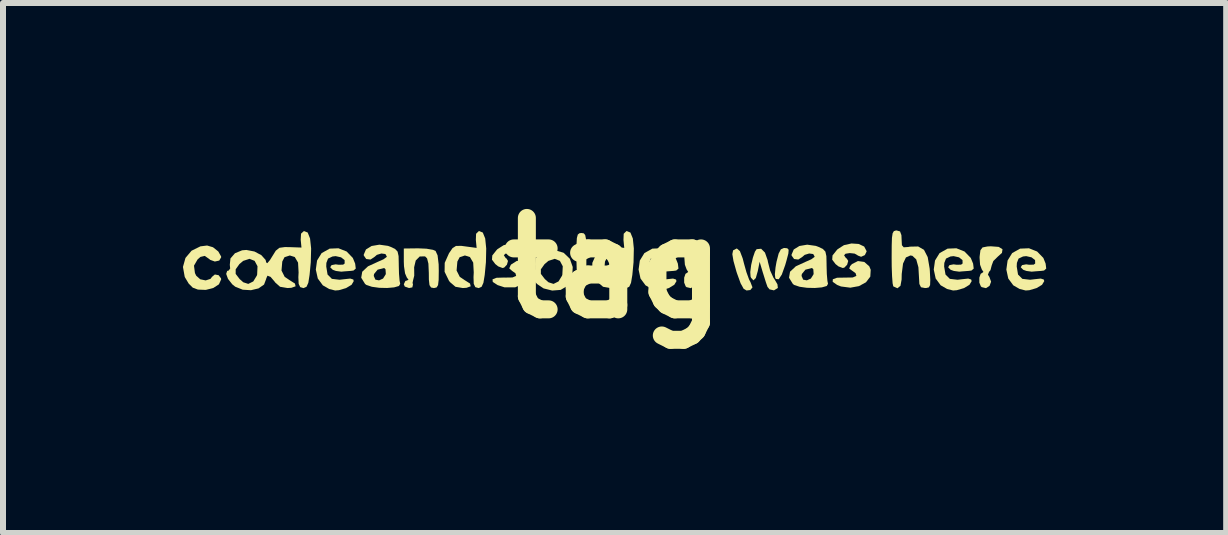
<source format=kicad_pcb>
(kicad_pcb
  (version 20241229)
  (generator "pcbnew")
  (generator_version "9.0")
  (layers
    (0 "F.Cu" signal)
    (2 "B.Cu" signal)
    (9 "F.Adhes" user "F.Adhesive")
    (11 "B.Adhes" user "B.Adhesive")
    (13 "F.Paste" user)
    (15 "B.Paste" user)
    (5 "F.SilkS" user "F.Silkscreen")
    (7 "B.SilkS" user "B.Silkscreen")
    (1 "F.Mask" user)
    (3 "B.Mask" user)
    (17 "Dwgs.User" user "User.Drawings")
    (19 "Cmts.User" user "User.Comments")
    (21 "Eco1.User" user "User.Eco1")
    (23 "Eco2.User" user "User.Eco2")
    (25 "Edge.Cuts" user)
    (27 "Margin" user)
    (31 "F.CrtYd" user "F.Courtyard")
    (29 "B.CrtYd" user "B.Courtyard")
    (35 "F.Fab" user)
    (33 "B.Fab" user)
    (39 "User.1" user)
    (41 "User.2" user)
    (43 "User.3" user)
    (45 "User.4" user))
  (footprint "tag"
    (layer "F.Cu")
    (at 7.185 1.418)
    (property "Reference" "tag" (at 0 0 0) (layer "F.SilkS") (effects (font (size 1.524 1.524) (thickness 0.3))))
    (attr board_only exclude_from_pos_files exclude_from_bom)
    (fp_poly (pts (xy -0.494 0.293) (xy -0.504 0.341) (xy -0.561 0.368) (xy -0.617 0.348) (xy -0.626 0.313) (xy -0.596 0.26) (xy -0.553 0.258)) (stroke (width 0) (type solid)) (fill yes) (layer "F.SilkS"))
    (fp_poly (pts (xy 2.89 -0.329) (xy 2.913 -0.304) (xy 2.908 -0.242) (xy 2.877 -0.124) (xy 2.856 -0.051) (xy 2.799 0.109) (xy 2.748 0.187) (xy 2.703 0.183) (xy 2.69 0.167) (xy 2.683 0.105) (xy 2.694 -0.009) (xy 2.711 -0.105) (xy 2.746 -0.241) (xy 2.783 -0.311) (xy 2.832 -0.333) (xy 2.839 -0.334)) (stroke (width 0) (type solid)) (fill yes) (layer "F.SilkS"))
    (fp_poly (pts (xy 2.1 -0.282) (xy 2.146 -0.162) (xy 2.169 -0.073) (xy 2.209 0.07) (xy 2.253 0.191) (xy 2.276 0.235) (xy 2.31 0.323) (xy 2.274 0.367) (xy 2.211 0.375) (xy 2.163 0.347) (xy 2.112 0.255) (xy 2.053 0.092) (xy 2.043 0.062) (xy 1.993 -0.117) (xy 1.974 -0.231) (xy 1.986 -0.291) (xy 1.991 -0.297) (xy 2.049 -0.326)) (stroke (width 0) (type solid)) (fill yes) (layer "F.SilkS"))
    (fp_poly (pts (xy -0.503 -0.578) (xy -0.479 -0.55) (xy -0.466 -0.484) (xy -0.46 -0.364) (xy -0.459 -0.188) (xy -0.46 -0.018) (xy -0.463 0.114) (xy -0.467 0.191) (xy -0.469 0.204) (xy -0.513 0.191) (xy -0.553 0.18) (xy -0.588 0.16) (xy -0.61 0.111) (xy -0.621 0.017) (xy -0.625 -0.138) (xy -0.626 -0.212) (xy -0.624 -0.389) (xy -0.618 -0.499) (xy -0.602 -0.558) (xy -0.574 -0.58) (xy -0.542 -0.584)) (stroke (width 0) (type solid)) (fill yes) (layer "F.SilkS"))
    (fp_poly (pts (xy 4.174 -0.101) (xy 4.257 -0.028) (xy 4.281 0.029) (xy 4.274 0.144) (xy 4.202 0.238) (xy 4.085 0.302) (xy 3.941 0.328) (xy 3.786 0.308) (xy 3.721 0.282) (xy 3.647 0.23) (xy 3.649 0.188) (xy 3.72 0.162) (xy 3.852 0.16) (xy 3.981 0.158) (xy 4.042 0.132) (xy 4.029 0.087) (xy 3.973 0.046) (xy 3.923 0.009) (xy 3.938 -0.032) (xy 3.969 -0.066) (xy 4.068 -0.116)) (stroke (width 0) (type solid)) (fill yes) (layer "F.SilkS"))
    (fp_poly (pts (xy -1.593 -0.401) (xy -1.5 -0.358) (xy -1.46 -0.282) (xy -1.46 -0.274) (xy -1.489 -0.215) (xy -1.551 -0.187) (xy -1.605 -0.207) (xy -1.607 -0.21) (xy -1.659 -0.24) (xy -1.74 -0.249) (xy -1.811 -0.238) (xy -1.835 -0.212) (xy -1.803 -0.164) (xy -1.791 -0.159) (xy -1.766 -0.118) (xy -1.784 -0.055) (xy -1.83 -0.007) (xy -1.857 0) (xy -1.929 -0.027) (xy -1.978 -0.066) (xy -2.033 -0.139) (xy -2.028 -0.209) (xy -1.958 -0.297) (xy -1.941 -0.315) (xy -1.837 -0.381) (xy -1.713 -0.409)) (stroke (width 0) (type solid)) (fill yes) (layer "F.SilkS"))
    (fp_poly (pts (xy 4.08 -0.401) (xy 4.172 -0.358) (xy 4.212 -0.282) (xy 4.212 -0.274) (xy 4.183 -0.215) (xy 4.121 -0.187) (xy 4.068 -0.207) (xy 4.065 -0.21) (xy 4.013 -0.24) (xy 3.932 -0.249) (xy 3.861 -0.238) (xy 3.837 -0.212) (xy 3.869 -0.164) (xy 3.881 -0.159) (xy 3.906 -0.118) (xy 3.888 -0.055) (xy 3.842 -0.007) (xy 3.815 0) (xy 3.743 -0.027) (xy 3.694 -0.066) (xy 3.639 -0.139) (xy 3.644 -0.209) (xy 3.714 -0.297) (xy 3.731 -0.315) (xy 3.835 -0.381) (xy 3.96 -0.409)) (stroke (width 0) (type solid)) (fill yes) (layer "F.SilkS"))
    (fp_poly (pts (xy 2.518 -0.257) (xy 2.562 -0.132) (xy 2.568 -0.1) (xy 2.604 0.041) (xy 2.66 0.163) (xy 2.677 0.188) (xy 2.726 0.272) (xy 2.733 0.332) (xy 2.732 0.333) (xy 2.668 0.373) (xy 2.594 0.356) (xy 2.56 0.314) (xy 2.533 0.237) (xy 2.496 0.118) (xy 2.482 0.074) (xy 2.429 -0.104) (xy 2.398 0.052) (xy 2.365 0.168) (xy 2.326 0.206) (xy 2.287 0.164) (xy 2.278 0.143) (xy 2.273 0.067) (xy 2.288 -0.05) (xy 2.317 -0.174) (xy 2.351 -0.273) (xy 2.379 -0.314) (xy 2.454 -0.321)) (stroke (width 0) (type solid)) (fill yes) (layer "F.SilkS"))
    (fp_poly (pts (xy 1.493 -0.352) (xy 1.557 -0.313) (xy 1.548 -0.252) (xy 1.478 -0.19) (xy 1.404 -0.116) (xy 1.376 -0.043) (xy 1.356 0.037) (xy 1.333 0.064) (xy 1.314 0.111) (xy 1.337 0.149) (xy 1.366 0.228) (xy 1.341 0.298) (xy 1.282 0.336) (xy 1.21 0.319) (xy 1.196 0.306) (xy 1.171 0.244) (xy 1.171 0.161) (xy 1.193 0.097) (xy 1.215 0.083) (xy 1.238 0.065) (xy 1.212 0.024) (xy 1.183 -0.055) (xy 1.174 -0.172) (xy 1.176 -0.195) (xy 1.189 -0.296) (xy 1.223 -0.343) (xy 1.304 -0.359) (xy 1.362 -0.362)) (stroke (width 0) (type solid)) (fill yes) (layer "F.SilkS"))
    (fp_poly (pts (xy 6.415 -0.352) (xy 6.478 -0.313) (xy 6.469 -0.252) (xy 6.4 -0.19) (xy 6.325 -0.116) (xy 6.298 -0.043) (xy 6.277 0.037) (xy 6.254 0.064) (xy 6.235 0.111) (xy 6.259 0.149) (xy 6.288 0.228) (xy 6.262 0.298) (xy 6.203 0.336) (xy 6.132 0.319) (xy 6.117 0.306) (xy 6.092 0.244) (xy 6.092 0.161) (xy 6.114 0.097) (xy 6.136 0.083) (xy 6.16 0.065) (xy 6.133 0.024) (xy 6.104 -0.055) (xy 6.096 -0.172) (xy 6.097 -0.195) (xy 6.11 -0.296) (xy 6.145 -0.343) (xy 6.226 -0.359) (xy 6.284 -0.362)) (stroke (width 0) (type solid)) (fill yes) (layer "F.SilkS"))
    (fp_poly (pts (xy -6.684 -0.346) (xy -6.596 -0.276) (xy -6.549 -0.193) (xy -6.548 -0.178) (xy -6.58 -0.124) (xy -6.653 -0.108) (xy -6.731 -0.136) (xy -6.742 -0.146) (xy -6.821 -0.202) (xy -6.893 -0.185) (xy -6.941 -0.143) (xy -7.001 -0.039) (xy -6.985 0.084) (xy -6.964 0.128) (xy -6.897 0.188) (xy -6.806 0.207) (xy -6.726 0.181) (xy -6.7 0.147) (xy -6.653 0.108) (xy -6.59 0.12) (xy -6.55 0.173) (xy -6.548 0.19) (xy -6.585 0.272) (xy -6.679 0.333) (xy -6.804 0.365) (xy -6.935 0.36) (xy -7.021 0.328) (xy -7.089 0.26) (xy -7.152 0.155) (xy -7.156 0.145) (xy -7.185 -0.018) (xy -7.143 -0.168) (xy -7.042 -0.288) (xy -6.894 -0.361) (xy -6.782 -0.375)) (stroke (width 0) (type solid)) (fill yes) (layer "F.SilkS"))
    (fp_poly (pts (xy -3.126 -0.322) (xy -3.016 -0.303) (xy -2.974 -0.285) (xy -2.94 -0.211) (xy -2.922 -0.061) (xy -2.92 0.047) (xy -2.922 0.199) (xy -2.932 0.285) (xy -2.956 0.324) (xy -2.999 0.334) (xy -3.003 0.334) (xy -3.049 0.325) (xy -3.075 0.285) (xy -3.085 0.195) (xy -3.086 0.082) (xy -3.093 -0.073) (xy -3.115 -0.16) (xy -3.149 -0.194) (xy -3.238 -0.192) (xy -3.304 -0.125) (xy -3.331 -0.012) (xy -3.33 0.026) (xy -3.329 0.127) (xy -3.344 0.188) (xy -3.345 0.19) (xy -3.357 0.247) (xy -3.35 0.275) (xy -3.361 0.323) (xy -3.416 0.334) (xy -3.487 0.309) (xy -3.503 0.271) (xy -3.477 0.216) (xy -3.453 0.209) (xy -3.424 0.196) (xy -3.453 0.158) (xy -3.482 0.09) (xy -3.5 -0.029) (xy -3.503 -0.108) (xy -3.503 -0.325) (xy -3.266 -0.328)) (stroke (width 0) (type solid)) (fill yes) (layer "F.SilkS"))
    (fp_poly (pts (xy -2.186 -0.591) (xy -2.146 -0.492) (xy -2.129 -0.325) (xy -2.134 -0.096) (xy -2.154 0.115) (xy -2.176 0.247) (xy -2.206 0.313) (xy -2.252 0.334) (xy -2.258 0.334) (xy -2.311 0.319) (xy -2.337 0.264) (xy -2.341 0.152) (xy -2.337 0.074) (xy -2.346 -0.09) (xy -2.401 -0.183) (xy -2.484 -0.209) (xy -2.572 -0.18) (xy -2.61 -0.108) (xy -2.623 0.042) (xy -2.57 0.147) (xy -2.492 0.2) (xy -2.399 0.259) (xy -2.388 0.305) (xy -2.457 0.33) (xy -2.52 0.334) (xy -2.642 0.313) (xy -2.732 0.236) (xy -2.75 0.213) (xy -2.823 0.063) (xy -2.821 -0.086) (xy -2.75 -0.245) (xy -2.691 -0.331) (xy -2.633 -0.368) (xy -2.543 -0.369) (xy -2.476 -0.36) (xy -2.289 -0.335) (xy -2.302 -0.468) (xy -2.298 -0.571) (xy -2.254 -0.614) (xy -2.247 -0.616)) (stroke (width 0) (type solid)) (fill yes) (layer "F.SilkS"))
    (fp_poly (pts (xy 0.275 -0.591) (xy 0.315 -0.492) (xy 0.332 -0.325) (xy 0.327 -0.096) (xy 0.307 0.115) (xy 0.285 0.247) (xy 0.255 0.313) (xy 0.209 0.334) (xy 0.203 0.334) (xy 0.15 0.319) (xy 0.124 0.264) (xy 0.12 0.152) (xy 0.124 0.074) (xy 0.114 -0.09) (xy 0.06 -0.183) (xy -0.023 -0.209) (xy -0.111 -0.18) (xy -0.149 -0.108) (xy -0.162 0.042) (xy -0.109 0.147) (xy -0.031 0.2) (xy 0.062 0.259) (xy 0.073 0.305) (xy 0.004 0.33) (xy -0.06 0.334) (xy -0.181 0.313) (xy -0.271 0.236) (xy -0.289 0.213) (xy -0.362 0.063) (xy -0.36 -0.086) (xy -0.289 -0.245) (xy -0.23 -0.331) (xy -0.173 -0.368) (xy -0.083 -0.369) (xy -0.016 -0.36) (xy 0.172 -0.335) (xy 0.159 -0.468) (xy 0.163 -0.571) (xy 0.207 -0.614) (xy 0.214 -0.616)) (stroke (width 0) (type solid)) (fill yes) (layer "F.SilkS"))
    (fp_poly (pts (xy 4.77 -0.61) (xy 4.793 -0.547) (xy 4.796 -0.478) (xy 4.801 -0.38) (xy 4.831 -0.345) (xy 4.911 -0.351) (xy 4.934 -0.356) (xy 5.072 -0.359) (xy 5.169 -0.303) (xy 5.231 -0.182) (xy 5.264 0.011) (xy 5.267 0.052) (xy 5.274 0.201) (xy 5.271 0.285) (xy 5.25 0.323) (xy 5.208 0.333) (xy 5.186 0.334) (xy 5.119 0.321) (xy 5.092 0.266) (xy 5.088 0.193) (xy 5.076 -0.013) (xy 5.04 -0.143) (xy 4.976 -0.203) (xy 4.942 -0.209) (xy 4.868 -0.176) (xy 4.82 -0.074) (xy 4.798 0.1) (xy 4.796 0.193) (xy 4.777 0.297) (xy 4.727 0.338) (xy 4.659 0.307) (xy 4.657 0.306) (xy 4.646 0.255) (xy 4.637 0.139) (xy 4.631 -0.023) (xy 4.63 -0.174) (xy 4.631 -0.373) (xy 4.635 -0.503) (xy 4.646 -0.579) (xy 4.667 -0.615) (xy 4.699 -0.625) (xy 4.713 -0.626)) (stroke (width 0) (type solid)) (fill yes) (layer "F.SilkS"))
    (fp_poly (pts (xy -4.456 -0.275) (xy -4.353 -0.168) (xy -4.314 -0.073) (xy -4.304 0.01) (xy -4.341 0.042) (xy -4.385 0.048) (xy -4.491 0.056) (xy -4.546 0.061) (xy -4.635 0.049) (xy -4.687 0.03) (xy -4.73 -0.012) (xy -4.708 -0.048) (xy -4.639 -0.061) (xy -4.588 -0.054) (xy -4.514 -0.056) (xy -4.489 -0.075) (xy -4.49 -0.132) (xy -4.549 -0.178) (xy -4.639 -0.198) (xy -4.692 -0.192) (xy -4.766 -0.157) (xy -4.794 -0.085) (xy -4.796 -0.025) (xy -4.774 0.109) (xy -4.702 0.181) (xy -4.573 0.196) (xy -4.506 0.188) (xy -4.395 0.176) (xy -4.345 0.192) (xy -4.338 0.219) (xy -4.374 0.28) (xy -4.466 0.335) (xy -4.585 0.37) (xy -4.647 0.375) (xy -4.747 0.35) (xy -4.853 0.289) (xy -4.853 0.289) (xy -4.937 0.175) (xy -4.97 0.026) (xy -4.949 -0.125) (xy -4.874 -0.247) (xy -4.872 -0.249) (xy -4.739 -0.323) (xy -4.593 -0.329)) (stroke (width 0) (type solid)) (fill yes) (layer "F.SilkS"))
    (fp_poly (pts (xy 0.924 -0.275) (xy 1.028 -0.168) (xy 1.066 -0.073) (xy 1.076 0.01) (xy 1.039 0.042) (xy 0.995 0.048) (xy 0.889 0.056) (xy 0.834 0.061) (xy 0.746 0.049) (xy 0.693 0.03) (xy 0.651 -0.012) (xy 0.673 -0.048) (xy 0.741 -0.061) (xy 0.792 -0.054) (xy 0.867 -0.056) (xy 0.892 -0.075) (xy 0.89 -0.132) (xy 0.831 -0.178) (xy 0.742 -0.198) (xy 0.689 -0.192) (xy 0.615 -0.157) (xy 0.587 -0.085) (xy 0.584 -0.025) (xy 0.606 0.109) (xy 0.678 0.181) (xy 0.807 0.196) (xy 0.874 0.188) (xy 0.985 0.176) (xy 1.035 0.192) (xy 1.043 0.219) (xy 1.006 0.28) (xy 0.914 0.335) (xy 0.796 0.37) (xy 0.734 0.375) (xy 0.633 0.35) (xy 0.527 0.289) (xy 0.527 0.289) (xy 0.443 0.175) (xy 0.411 0.026) (xy 0.432 -0.125) (xy 0.507 -0.247) (xy 0.508 -0.249) (xy 0.641 -0.323) (xy 0.787 -0.329)) (stroke (width 0) (type solid)) (fill yes) (layer "F.SilkS"))
    (fp_poly (pts (xy 5.845 -0.275) (xy 5.949 -0.168) (xy 5.988 -0.073) (xy 5.998 0.01) (xy 5.961 0.042) (xy 5.917 0.048) (xy 5.811 0.056) (xy 5.756 0.061) (xy 5.667 0.049) (xy 5.614 0.03) (xy 5.572 -0.012) (xy 5.594 -0.048) (xy 5.662 -0.061) (xy 5.714 -0.054) (xy 5.788 -0.056) (xy 5.813 -0.075) (xy 5.811 -0.132) (xy 5.753 -0.178) (xy 5.663 -0.198) (xy 5.61 -0.192) (xy 5.536 -0.157) (xy 5.508 -0.085) (xy 5.505 -0.025) (xy 5.528 0.109) (xy 5.6 0.181) (xy 5.729 0.196) (xy 5.796 0.188) (xy 5.907 0.176) (xy 5.956 0.192) (xy 5.964 0.219) (xy 5.927 0.28) (xy 5.836 0.335) (xy 5.717 0.37) (xy 5.655 0.375) (xy 5.555 0.35) (xy 5.449 0.289) (xy 5.448 0.289) (xy 5.364 0.175) (xy 5.332 0.026) (xy 5.353 -0.125) (xy 5.428 -0.247) (xy 5.43 -0.249) (xy 5.563 -0.323) (xy 5.709 -0.329)) (stroke (width 0) (type solid)) (fill yes) (layer "F.SilkS"))
    (fp_poly (pts (xy 7.055 -0.275) (xy 7.159 -0.168) (xy 7.197 -0.073) (xy 7.207 0.01) (xy 7.171 0.042) (xy 7.126 0.048) (xy 7.02 0.056) (xy 6.965 0.061) (xy 6.877 0.049) (xy 6.824 0.03) (xy 6.782 -0.012) (xy 6.804 -0.048) (xy 6.872 -0.061) (xy 6.923 -0.054) (xy 6.998 -0.056) (xy 7.023 -0.075) (xy 7.021 -0.132) (xy 6.962 -0.178) (xy 6.873 -0.198) (xy 6.82 -0.192) (xy 6.746 -0.157) (xy 6.718 -0.085) (xy 6.715 -0.025) (xy 6.737 0.109) (xy 6.809 0.181) (xy 6.939 0.196) (xy 7.005 0.188) (xy 7.116 0.176) (xy 7.166 0.192) (xy 7.174 0.219) (xy 7.137 0.28) (xy 7.045 0.335) (xy 6.927 0.37) (xy 6.865 0.375) (xy 6.764 0.35) (xy 6.658 0.289) (xy 6.658 0.289) (xy 6.574 0.175) (xy 6.542 0.026) (xy 6.563 -0.125) (xy 6.638 -0.247) (xy 6.639 -0.249) (xy 6.772 -0.323) (xy 6.919 -0.329)) (stroke (width 0) (type solid)) (fill yes) (layer "F.SilkS"))
    (fp_poly (pts (xy -3.767 -0.369) (xy -3.726 -0.354) (xy -3.649 -0.318) (xy -3.607 -0.274) (xy -3.59 -0.198) (xy -3.587 -0.067) (xy -3.587 -0.047) (xy -3.583 0.098) (xy -3.573 0.214) (xy -3.563 0.264) (xy -3.584 0.3) (xy -3.665 0.323) (xy -3.782 0.333) (xy -3.913 0.33) (xy -4.035 0.313) (xy -4.126 0.283) (xy -4.148 0.267) (xy -4.213 0.162) (xy -4.208 0.132) (xy -4.004 0.132) (xy -3.977 0.194) (xy -3.916 0.206) (xy -3.849 0.176) (xy -3.806 0.108) (xy -3.803 0.094) (xy -3.808 0.021) (xy -3.831 0) (xy -3.94 0.028) (xy -3.999 0.1) (xy -4.004 0.132) (xy -4.208 0.132) (xy -4.196 0.062) (xy -4.1 -0.028) (xy -3.939 -0.102) (xy -3.842 -0.145) (xy -3.789 -0.184) (xy -3.786 -0.191) (xy -3.81 -0.233) (xy -3.877 -0.242) (xy -3.952 -0.219) (xy -3.989 -0.187) (xy -4.058 -0.141) (xy -4.13 -0.15) (xy -4.17 -0.208) (xy -4.171 -0.223) (xy -4.134 -0.309) (xy -4.04 -0.367) (xy -3.91 -0.389)) (stroke (width 0) (type solid)) (fill yes) (layer "F.SilkS"))
    (fp_poly (pts (xy 3.365 -0.369) (xy 3.406 -0.354) (xy 3.483 -0.318) (xy 3.525 -0.274) (xy 3.542 -0.198) (xy 3.545 -0.067) (xy 3.545 -0.047) (xy 3.549 0.098) (xy 3.559 0.214) (xy 3.569 0.264) (xy 3.548 0.3) (xy 3.467 0.323) (xy 3.35 0.333) (xy 3.219 0.33) (xy 3.097 0.313) (xy 3.006 0.283) (xy 2.984 0.267) (xy 2.919 0.162) (xy 2.924 0.132) (xy 3.128 0.132) (xy 3.155 0.194) (xy 3.216 0.206) (xy 3.283 0.176) (xy 3.326 0.108) (xy 3.329 0.094) (xy 3.324 0.021) (xy 3.301 0) (xy 3.192 0.028) (xy 3.133 0.1) (xy 3.128 0.132) (xy 2.924 0.132) (xy 2.936 0.062) (xy 3.032 -0.028) (xy 3.193 -0.102) (xy 3.29 -0.145) (xy 3.343 -0.184) (xy 3.346 -0.191) (xy 3.322 -0.233) (xy 3.255 -0.242) (xy 3.18 -0.219) (xy 3.143 -0.187) (xy 3.074 -0.141) (xy 3.003 -0.15) (xy 2.962 -0.208) (xy 2.961 -0.223) (xy 2.998 -0.309) (xy 3.092 -0.367) (xy 3.222 -0.389)) (stroke (width 0) (type solid)) (fill yes) (layer "F.SilkS"))
    (fp_poly (pts (xy -0.845 -0.256) (xy -0.835 -0.251) (xy -0.735 -0.154) (xy -0.687 -0.017) (xy -0.695 0.135) (xy -0.76 0.276) (xy -0.781 0.302) (xy -0.888 0.365) (xy -1.029 0.376) (xy -1.173 0.34) (xy -1.277 0.27) (xy -1.382 0.165) (xy -1.489 0.249) (xy -1.645 0.322) (xy -1.825 0.322) (xy -1.939 0.285) (xy -2.02 0.232) (xy -2.024 0.189) (xy -1.958 0.163) (xy -1.827 0.159) (xy -1.821 0.16) (xy -1.692 0.158) (xy -1.63 0.132) (xy -1.639 0.098) (xy -1.218 0.098) (xy -1.152 0.184) (xy -1.091 0.238) (xy -1.007 0.265) (xy -0.924 0.224) (xy -0.865 0.128) (xy -0.86 0.109) (xy -0.853 -0.029) (xy -0.901 -0.119) (xy -0.987 -0.153) (xy -1.092 -0.119) (xy -1.156 -0.065) (xy -1.218 0.022) (xy -1.218 0.098) (xy -1.639 0.098) (xy -1.642 0.088) (xy -1.698 0.048) (xy -1.745 0.006) (xy -1.721 -0.049) (xy -1.713 -0.059) (xy -1.618 -0.119) (xy -1.51 -0.105) (xy -1.429 -0.042) (xy -1.354 0.029) (xy -1.313 0.03) (xy -1.312 -0.039) (xy -1.315 -0.054) (xy -1.307 -0.16) (xy -1.236 -0.241) (xy -1.122 -0.289) (xy -0.985 -0.297)) (stroke (width 0) (type solid)) (fill yes) (layer "F.SilkS"))
    (fp_poly (pts (xy -5.105 -0.591) (xy -5.066 -0.492) (xy -5.048 -0.325) (xy -5.054 -0.096) (xy -5.074 0.115) (xy -5.095 0.247) (xy -5.125 0.313) (xy -5.172 0.334) (xy -5.178 0.334) (xy -5.23 0.319) (xy -5.256 0.264) (xy -5.261 0.152) (xy -5.257 0.074) (xy -5.266 -0.09) (xy -5.321 -0.183) (xy -5.403 -0.209) (xy -5.492 -0.18) (xy -5.529 -0.108) (xy -5.542 0.042) (xy -5.489 0.147) (xy -5.411 0.2) (xy -5.318 0.259) (xy -5.307 0.305) (xy -5.377 0.33) (xy -5.442 0.334) (xy -5.566 0.313) (xy -5.648 0.24) (xy -5.655 0.229) (xy -5.724 0.148) (xy -5.776 0.128) (xy -5.797 0.176) (xy -5.797 0.181) (xy -5.833 0.276) (xy -5.925 0.34) (xy -6.051 0.37) (xy -6.188 0.362) (xy -6.313 0.312) (xy -6.362 0.273) (xy -6.434 0.181) (xy -6.464 0.099) (xy -6.464 0.098) (xy -6.306 0.098) (xy -6.24 0.184) (xy -6.179 0.238) (xy -6.096 0.265) (xy -6.013 0.224) (xy -5.954 0.128) (xy -5.948 0.109) (xy -5.942 -0.029) (xy -5.99 -0.119) (xy -6.075 -0.153) (xy -6.18 -0.119) (xy -6.244 -0.065) (xy -6.306 0.022) (xy -6.306 0.098) (xy -6.464 0.098) (xy -6.448 0.049) (xy -6.422 0.042) (xy -6.398 0.008) (xy -6.404 -0.054) (xy -6.393 -0.159) (xy -6.318 -0.246) (xy -6.199 -0.295) (xy -6.128 -0.301) (xy -5.993 -0.275) (xy -5.878 -0.214) (xy -5.807 -0.135) (xy -5.797 -0.093) (xy -5.779 -0.08) (xy -5.734 -0.133) (xy -5.7 -0.188) (xy -5.637 -0.289) (xy -5.576 -0.337) (xy -5.486 -0.349) (xy -5.407 -0.348) (xy -5.209 -0.341) (xy -5.222 -0.471) (xy -5.216 -0.573) (xy -5.17 -0.615) (xy -5.167 -0.616)) (stroke (width 0) (type solid)) (fill yes) (layer "F.SilkS")))
  (gr_rect
    (start -3 -3)
    (end 17.392 5.836)
    (stroke (width 0.1) (type default))
    (fill no)
    (layer "Edge.Cuts")))
</source>
